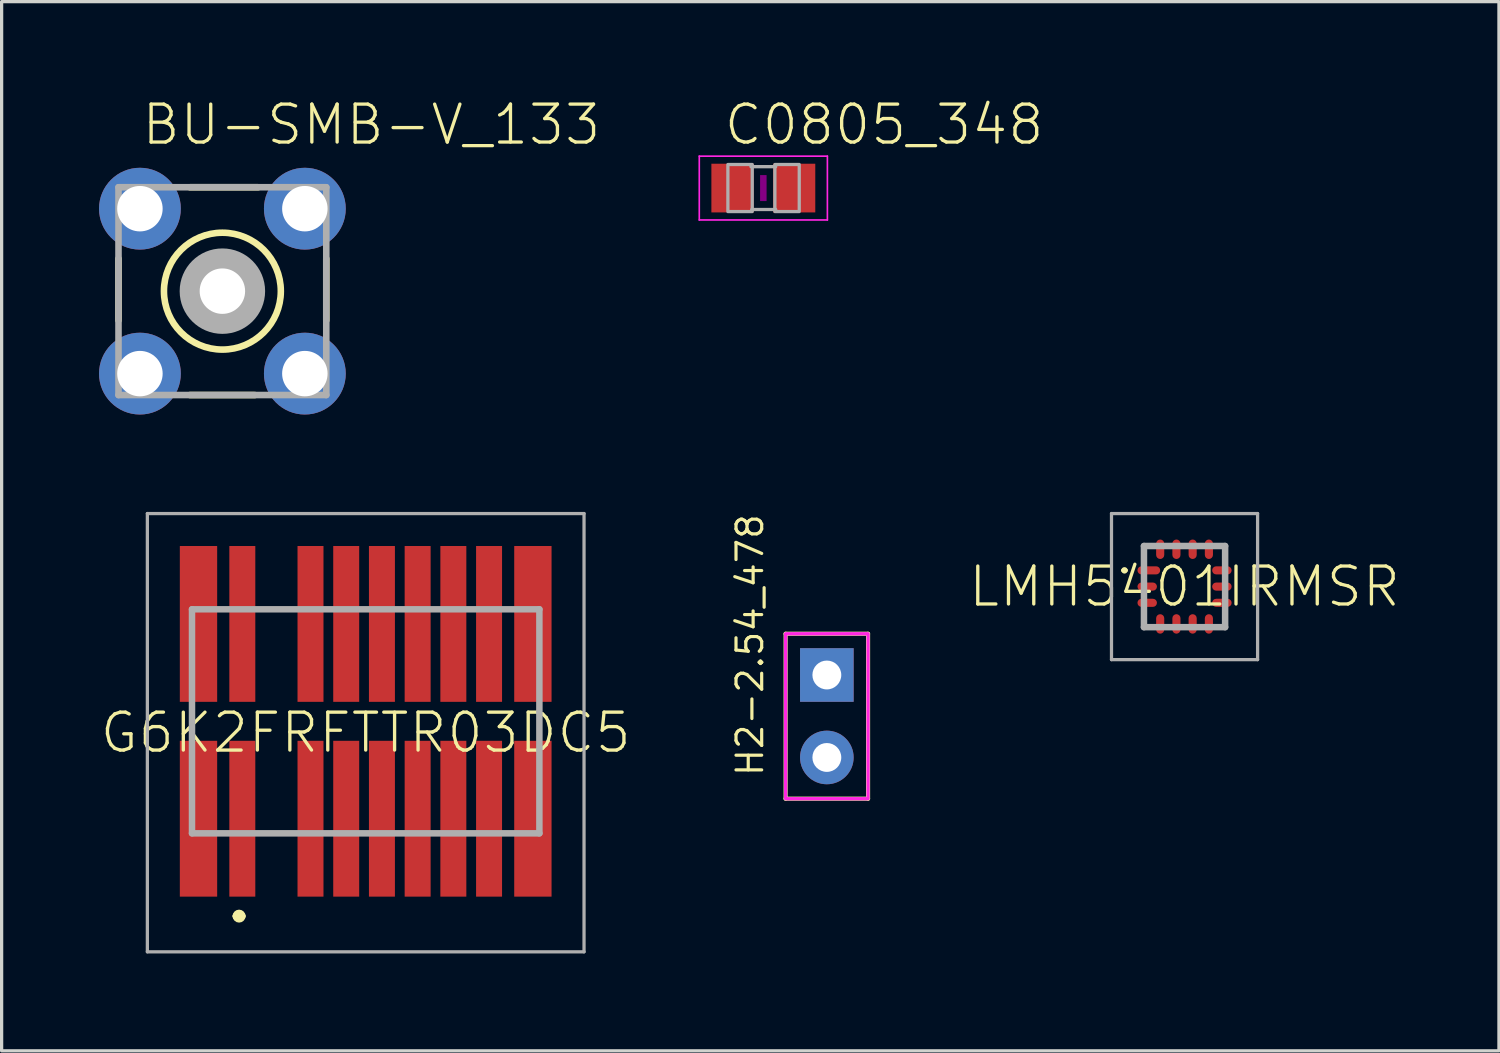
<source format=kicad_pcb>
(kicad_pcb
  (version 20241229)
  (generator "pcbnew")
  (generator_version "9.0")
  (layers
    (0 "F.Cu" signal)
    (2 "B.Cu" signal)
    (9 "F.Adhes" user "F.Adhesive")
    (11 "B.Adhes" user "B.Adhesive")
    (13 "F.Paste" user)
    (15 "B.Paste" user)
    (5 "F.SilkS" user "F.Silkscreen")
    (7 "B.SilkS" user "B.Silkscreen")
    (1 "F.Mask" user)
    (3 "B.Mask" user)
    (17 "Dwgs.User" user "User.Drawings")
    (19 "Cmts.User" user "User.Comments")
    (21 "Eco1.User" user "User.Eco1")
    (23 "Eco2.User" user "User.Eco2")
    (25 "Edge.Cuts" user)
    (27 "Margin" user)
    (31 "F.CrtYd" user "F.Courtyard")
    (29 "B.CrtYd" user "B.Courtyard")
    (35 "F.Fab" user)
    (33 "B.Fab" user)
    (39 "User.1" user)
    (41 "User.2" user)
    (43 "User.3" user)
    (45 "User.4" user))
  (footprint "G6K2FRFTTR03DC5"
    (layer "F.Cu")
    (at 9.814 19.168)
    (property "Reference" "G6K2FRFTTR03DC5" (at -1.6 0.35 0) (unlocked yes) (layer "F.SilkS") (effects (font (size 1.168 1.168) (thickness 0.102))))
    (fp_line (start -6.95 -0.2) (end -6.95 0.2) (stroke (width 0.1) (type solid)) (layer "F.SilkS"))
    (fp_line (start -5.6 6) (end -5.6 6) (stroke (width 0.2) (type solid)) (layer "F.SilkS"))
    (fp_line (start -5.4 6) (end -5.4 6) (stroke (width 0.2) (type solid)) (layer "F.SilkS"))
    (fp_line (start -4.6 -3.45) (end -4.2 -3.45) (stroke (width 0.1) (type solid)) (layer "F.SilkS"))
    (fp_line (start -4.6 3.45) (end -4.2 3.45) (stroke (width 0.1) (type solid)) (layer "F.SilkS"))
    (fp_line (start 3.75 -0.25) (end 3.75 0.35) (stroke (width 0.1) (type solid)) (layer "F.SilkS"))
    (fp_arc (start -5.6 6) (mid -5.5 5.9) (end -5.4 6) (stroke (width 0.2) (type solid)) (layer "F.SilkS"))
    (fp_arc (start -5.4 6) (mid -5.5 6.1) (end -5.6 6) (stroke (width 0.2) (type solid)) (layer "F.SilkS"))
    (fp_line (start -8.325 -6.4) (end 5.125 -6.4) (stroke (width 0.1) (type solid)) (layer "F.Fab"))
    (fp_line (start -8.325 7.1) (end -8.325 -6.4) (stroke (width 0.1) (type solid)) (layer "F.Fab"))
    (fp_line (start -6.95 -3.45) (end 3.75 -3.45) (stroke (width 0.2) (type solid)) (layer "F.Fab"))
    (fp_line (start -6.95 3.45) (end -6.95 -3.45) (stroke (width 0.2) (type solid)) (layer "F.Fab"))
    (fp_line (start 3.75 -3.45) (end 3.75 3.45) (stroke (width 0.2) (type solid)) (layer "F.Fab"))
    (fp_line (start 3.75 3.45) (end -6.95 3.45) (stroke (width 0.2) (type solid)) (layer "F.Fab"))
    (fp_line (start 5.125 -6.4) (end 5.125 7.1) (stroke (width 0.1) (type solid)) (layer "F.Fab"))
    (fp_line (start 5.125 7.1) (end -8.325 7.1) (stroke (width 0.1) (type solid)) (layer "F.Fab"))
    (pad "1" smd rect (at -5.4 3 90) (size 4.8 0.8) (layers "F.Cu" "F.Mask" "F.Paste"))
    (pad "2" smd rect (at -2.2 3 90) (size 4.8 0.8) (layers "F.Cu" "F.Mask" "F.Paste"))
    (pad "3" smd rect (at 0 3 90) (size 4.8 0.8) (layers "F.Cu" "F.Mask" "F.Paste"))
    (pad "4" smd rect (at 2.2 3 90) (size 4.8 0.8) (layers "F.Cu" "F.Mask" "F.Paste"))
    (pad "5" smd rect (at 2.2 -3 90) (size 4.8 0.8) (layers "F.Cu" "F.Mask" "F.Paste"))
    (pad "6" smd rect (at 0 -3 90) (size 4.8 0.8) (layers "F.Cu" "F.Mask" "F.Paste"))
    (pad "7" smd rect (at -2.2 -3 90) (size 4.8 0.8) (layers "F.Cu" "F.Mask" "F.Paste"))
    (pad "8" smd rect (at -5.4 -3 90) (size 4.8 0.8) (layers "F.Cu" "F.Mask" "F.Paste"))
    (pad "MP1" smd rect (at -6.75 3 90) (size 4.8 1.15) (layers "F.Cu" "F.Mask" "F.Paste"))
    (pad "MP2" smd rect (at -3.3 3 90) (size 4.8 0.8) (layers "F.Cu" "F.Mask" "F.Paste"))
    (pad "MP3" smd rect (at -1.1 3 90) (size 4.8 0.8) (layers "F.Cu" "F.Mask" "F.Paste"))
    (pad "MP4" smd rect (at 1.1 3 90) (size 4.8 0.8) (layers "F.Cu" "F.Mask" "F.Paste"))
    (pad "MP5" smd rect (at 3.55 3 90) (size 4.8 1.15) (layers "F.Cu" "F.Mask" "F.Paste"))
    (pad "MP6" smd rect (at 3.55 -3 90) (size 4.8 1.15) (layers "F.Cu" "F.Mask" "F.Paste"))
    (pad "MP7" smd rect (at 1.1 -3 90) (size 4.8 0.8) (layers "F.Cu" "F.Mask" "F.Paste"))
    (pad "MP8" smd rect (at -1.1 -3 90) (size 4.8 0.8) (layers "F.Cu" "F.Mask" "F.Paste"))
    (pad "MP9" smd rect (at -3.3 -3 90) (size 4.8 0.8) (layers "F.Cu" "F.Mask" "F.Paste"))
    (pad "MP10" smd rect (at -6.75 -3 90) (size 4.8 1.15) (layers "F.Cu" "F.Mask" "F.Paste")))
  (footprint "LMH5401IRMSR"
    (layer "F.Cu")
    (at 33.436 15.018)
    (property "Reference" "LMH5401IRMSR" (at 0 0 0) (unlocked yes) (layer "F.SilkS") (effects (font (size 1.168 1.168) (thickness 0.102))))
    (fp_line (start -1.9 -0.5) (end -1.9 -0.5) (stroke (width 0.1) (type solid)) (layer "F.SilkS"))
    (fp_line (start -1.8 -0.5) (end -1.8 -0.5) (stroke (width 0.1) (type solid)) (layer "F.SilkS"))
    (fp_line (start -1.25 -1.25) (end -1.25 -0.9) (stroke (width 0.1) (type solid)) (layer "F.SilkS"))
    (fp_line (start -1.25 1) (end -1.25 0.9) (stroke (width 0.1) (type solid)) (layer "F.SilkS"))
    (fp_line (start -1.25 1.25) (end -1.25 1) (stroke (width 0.1) (type solid)) (layer "F.SilkS"))
    (fp_line (start 1.25 -1.25) (end 1.25 -0.9) (stroke (width 0.1) (type solid)) (layer "F.SilkS"))
    (fp_line (start 1.25 1) (end 1.25 0.9) (stroke (width 0.1) (type solid)) (layer "F.SilkS"))
    (fp_line (start 1.25 1.25) (end 1.25 1) (stroke (width 0.1) (type solid)) (layer "F.SilkS"))
    (fp_arc (start -1.9 -0.5) (mid -1.85 -0.55) (end -1.8 -0.5) (stroke (width 0.1) (type solid)) (layer "F.SilkS"))
    (fp_arc (start -1.8 -0.5) (mid -1.85 -0.45) (end -1.9 -0.5) (stroke (width 0.1) (type solid)) (layer "F.SilkS"))
    (fp_line (start -2.25 -2.25) (end 2.25 -2.25) (stroke (width 0.1) (type solid)) (layer "F.Fab"))
    (fp_line (start -2.25 2.25) (end -2.25 -2.25) (stroke (width 0.1) (type solid)) (layer "F.Fab"))
    (fp_line (start -1.25 -1.25) (end 1.25 -1.25) (stroke (width 0.2) (type solid)) (layer "F.Fab"))
    (fp_line (start -1.25 1.25) (end -1.25 -1.25) (stroke (width 0.2) (type solid)) (layer "F.Fab"))
    (fp_line (start 1.25 -1.25) (end 1.25 1.25) (stroke (width 0.2) (type solid)) (layer "F.Fab"))
    (fp_line (start 1.25 1.25) (end -1.25 1.25) (stroke (width 0.2) (type solid)) (layer "F.Fab"))
    (fp_line (start 2.25 -2.25) (end 2.25 2.25) (stroke (width 0.1) (type solid)) (layer "F.Fab"))
    (fp_line (start 2.25 2.25) (end -2.25 2.25) (stroke (width 0.1) (type solid)) (layer "F.Fab"))
    (pad "1" smd roundrect (at -1.1 -0.5) (size 0.7 0.25) (layers "F.Cu" "F.Mask" "F.Paste") (roundrect_rratio 0.5))
    (pad "2" smd roundrect (at -1.15 0) (size 0.6 0.25) (layers "F.Cu" "F.Mask" "F.Paste") (roundrect_rratio 0.5))
    (pad "3" smd roundrect (at -1.15 0.5) (size 0.6 0.25) (layers "F.Cu" "F.Mask" "F.Paste") (roundrect_rratio 0.5))
    (pad "4" smd roundrect (at -0.75 1.15 90) (size 0.6 0.25) (layers "F.Cu" "F.Mask" "F.Paste") (roundrect_rratio 0.5))
    (pad "5" smd roundrect (at -0.25 1.15 90) (size 0.6 0.25) (layers "F.Cu" "F.Mask" "F.Paste") (roundrect_rratio 0.5))
    (pad "6" smd roundrect (at 0.25 1.15 90) (size 0.6 0.25) (layers "F.Cu" "F.Mask" "F.Paste") (roundrect_rratio 0.5))
    (pad "7" smd roundrect (at 0.75 1.15 90) (size 0.6 0.25) (layers "F.Cu" "F.Mask" "F.Paste") (roundrect_rratio 0.5))
    (pad "8" smd roundrect (at 1.15 0.5) (size 0.6 0.25) (layers "F.Cu" "F.Mask" "F.Paste") (roundrect_rratio 0.5))
    (pad "9" smd roundrect (at 1.15 0) (size 0.6 0.25) (layers "F.Cu" "F.Mask" "F.Paste") (roundrect_rratio 0.5))
    (pad "10" smd roundrect (at 1.15 -0.5) (size 0.6 0.25) (layers "F.Cu" "F.Mask" "F.Paste") (roundrect_rratio 0.5))
    (pad "11" smd roundrect (at 0.75 -1.15 90) (size 0.6 0.25) (layers "F.Cu" "F.Mask" "F.Paste") (roundrect_rratio 0.5))
    (pad "12" smd roundrect (at 0.25 -1.15 90) (size 0.6 0.25) (layers "F.Cu" "F.Mask" "F.Paste") (roundrect_rratio 0.5))
    (pad "13" smd roundrect (at -0.25 -1.15 90) (size 0.6 0.25) (layers "F.Cu" "F.Mask" "F.Paste") (roundrect_rratio 0.5))
    (pad "14" smd roundrect (at -0.75 -1.15 90) (size 0.6 0.25) (layers "F.Cu" "F.Mask" "F.Paste") (roundrect_rratio 0.5)))
  (footprint "BU-SMB-V_133"
    (layer "F.Cu")
    (at 3.8 5.918)
    (property "Reference" "BU-SMB-V_133" (at -2.54 -4.445 0) (unlocked yes) (layer "F.SilkS") (effects (font (size 1.168 1.168) (thickness 0.102)) (justify left bottom)))
    (fp_line (start -3.2 0.9) (end -3.2 -1) (stroke (width 0.203) (type solid)) (layer "F.SilkS"))
    (fp_line (start -1 -3.2) (end 1.1 -3.2) (stroke (width 0.203) (type solid)) (layer "F.SilkS"))
    (fp_line (start 1 3.2) (end -1 3.2) (stroke (width 0.203) (type solid)) (layer "F.SilkS"))
    (fp_line (start 3.2 -1) (end 3.2 0.9) (stroke (width 0.203) (type solid)) (layer "F.SilkS"))
    (fp_circle (center 0 0) (end 1.8 0) (stroke (width 0.203) (type solid)) (fill no) (layer "F.SilkS"))
    (fp_line (start -3.2 3.2) (end 3.2 3.2) (stroke (width 0.203) (type solid)) (layer "F.Fab"))
    (fp_line (start -3.2 -3.2) (end -3.2 3.2) (stroke (width 0.203) (type solid)) (layer "F.Fab"))
    (fp_line (start 3.2 3.2) (end 3.2 -3.2) (stroke (width 0.203) (type solid)) (layer "F.Fab"))
    (fp_line (start 3.2 -3.2) (end -3.2 -3.2) (stroke (width 0.203) (type solid)) (layer "F.Fab"))
    (fp_circle (center 0 0) (end 0.3 0) (stroke (width 1.016) (type solid)) (fill no) (layer "F.Fab"))
    (pad "1" thru_hole circle (at 0 0) (size 2.52 2.52) (drill 1.4) (layers "*.Cu" "*.Mask"))
    (pad "2" thru_hole circle (at -2.54 -2.54) (size 2.52 2.52) (drill 1.4) (layers "*.Cu" "*.Mask"))
    (pad "3" thru_hole circle (at 2.54 -2.54) (size 2.52 2.52) (drill 1.4) (layers "*.Cu" "*.Mask"))
    (pad "4" thru_hole circle (at 2.54 2.54) (size 2.52 2.52) (drill 1.4) (layers "*.Cu" "*.Mask"))
    (pad "5" thru_hole circle (at -2.54 2.54) (size 2.52 2.52) (drill 1.4) (layers "*.Cu" "*.Mask")))
  (footprint "H2-2.54_478"
    (layer "F.Cu")
    (at 22.418 19.011)
    (property "Reference" "H2-2.54_478" (at -1.905 1.905 90) (unlocked yes) (layer "F.SilkS") (effects (font (size 0.791 0.791) (thickness 0.098)) (justify left bottom)))
    (fp_line (start -1.27 -2.54) (end 1.27 -2.54) (stroke (width 0.127) (type solid)) (layer "F.SilkS"))
    (fp_line (start -1.27 2.54) (end -1.27 -2.54) (stroke (width 0.127) (type solid)) (layer "F.SilkS"))
    (fp_line (start 1.27 -2.54) (end 1.27 2.54) (stroke (width 0.127) (type solid)) (layer "F.SilkS"))
    (fp_line (start 1.27 2.54) (end -1.27 2.54) (stroke (width 0.127) (type solid)) (layer "F.SilkS"))
    (fp_line (start -1.27 -2.54) (end 1.27 -2.54) (stroke (width 0.05) (type solid)) (layer "F.CrtYd"))
    (fp_line (start -1.27 2.54) (end -1.27 -2.54) (stroke (width 0.05) (type solid)) (layer "F.CrtYd"))
    (fp_line (start 1.27 -2.54) (end 1.27 2.54) (stroke (width 0.05) (type solid)) (layer "F.CrtYd"))
    (fp_poly (pts (xy -1.27 2.54) (xy 1.27 2.54) (xy 1.27 -2.54) (xy -1.27 -2.54)) (stroke (width 0.1) (type default)) (fill no) (layer "F.CrtYd"))
    (pad "1" thru_hole rect (at 0 -1.27) (size 1.651 1.651) (drill 0.889) (layers "*.Cu" "*.Mask"))
    (pad "2" thru_hole circle (at 0 1.27) (size 1.651 1.651) (drill 0.889) (layers "*.Cu" "*.Mask")))
  (footprint "C0805_348"
    (layer "F.Cu")
    (at 20.462 2.743)
    (property "Reference" "C0805_348" (at -1.27 -1.27 0) (unlocked yes) (layer "F.SilkS") (effects (font (size 1.168 1.168) (thickness 0.102)) (justify left bottom)))
    (fp_poly (pts (xy -0.1 0.4) (xy 0.1 0.4) (xy 0.1 -0.4) (xy -0.1 -0.4)) (stroke (width 0) (type default)) (fill yes) (layer "F.Adhes"))
    (fp_line (start -1.973 -0.983) (end 1.973 -0.983) (stroke (width 0.051) (type solid)) (layer "F.CrtYd"))
    (fp_line (start -1.973 0.983) (end -1.973 -0.983) (stroke (width 0.051) (type solid)) (layer "F.CrtYd"))
    (fp_line (start 1.973 -0.983) (end 1.973 0.983) (stroke (width 0.051) (type solid)) (layer "F.CrtYd"))
    (fp_line (start 1.973 0.983) (end -1.973 0.983) (stroke (width 0.051) (type solid)) (layer "F.CrtYd"))
    (fp_line (start -0.381 -0.66) (end 0.381 -0.66) (stroke (width 0.102) (type solid)) (layer "F.Fab"))
    (fp_line (start -0.356 0.66) (end 0.381 0.66) (stroke (width 0.102) (type solid)) (layer "F.Fab"))
    (fp_poly (pts (xy -1.092 0.724) (xy -0.342 0.724) (xy -0.342 -0.726) (xy -1.092 -0.726)) (stroke (width 0.1) (type default)) (fill no) (layer "F.Fab"))
    (fp_poly (pts (xy 0.356 0.724) (xy 1.106 0.724) (xy 1.106 -0.726) (xy 0.356 -0.726)) (stroke (width 0.1) (type default)) (fill no) (layer "F.Fab"))
    (pad "1" smd rect (at -0.95 0) (size 1.3 1.5) (layers "F.Cu" "F.Mask" "F.Paste"))
    (pad "2" smd rect (at 0.95 0) (size 1.3 1.5) (layers "F.Cu" "F.Mask" "F.Paste")))
  (gr_rect
    (start -3 -3)
    (end 43.12 29.318)
    (stroke (width 0.1) (type default))
    (fill no)
    (layer "Edge.Cuts")))
</source>
